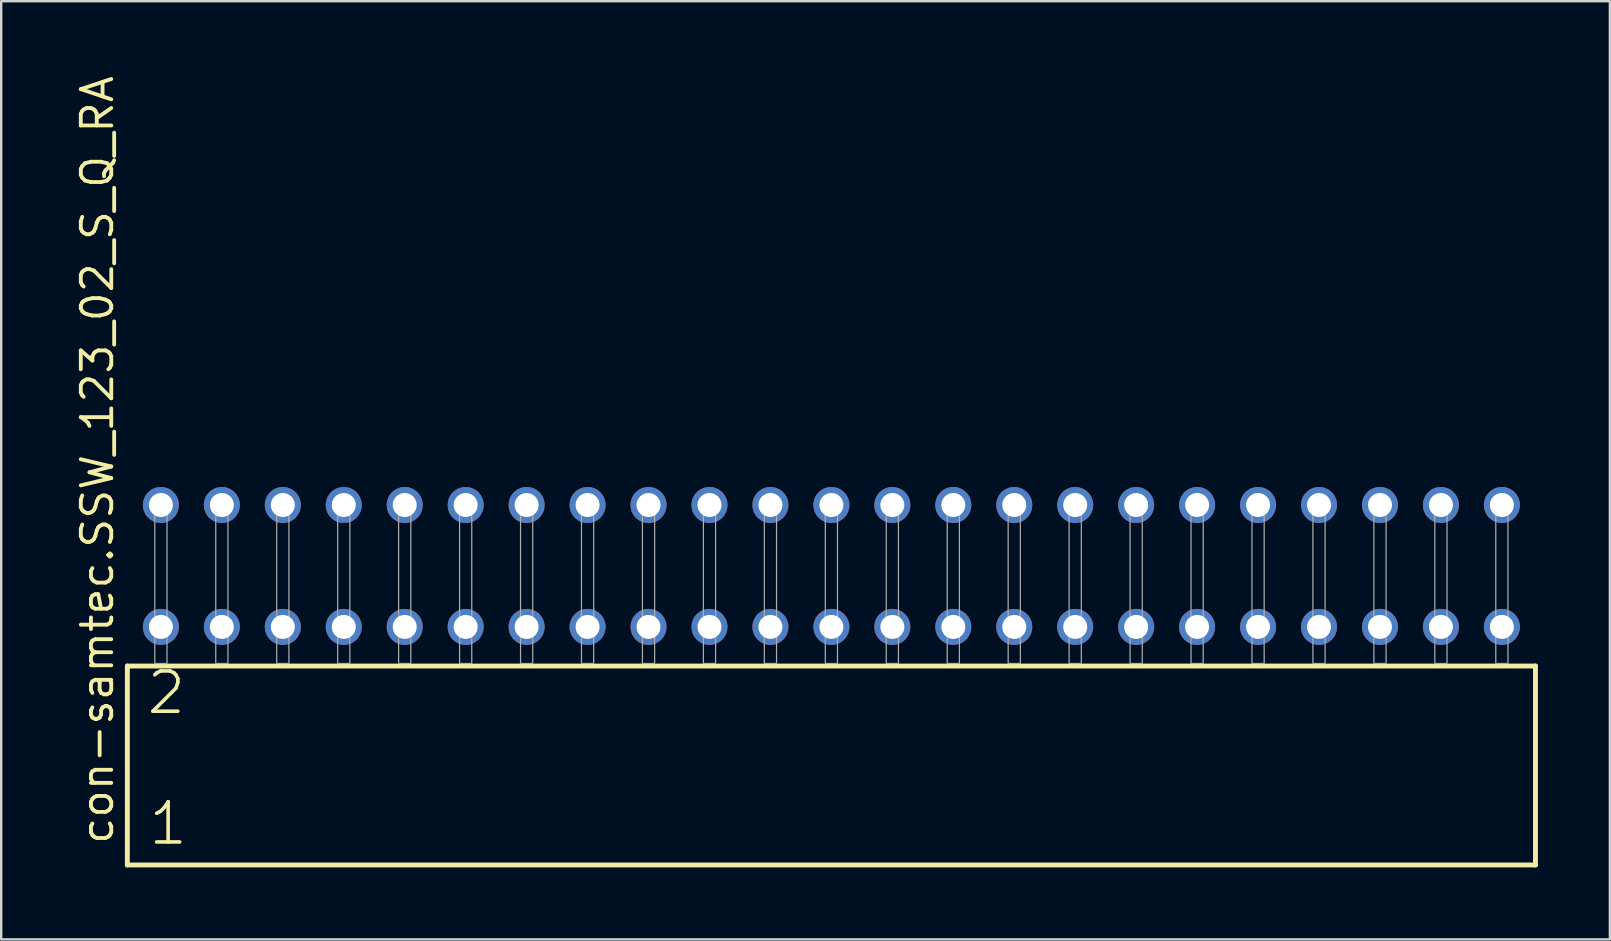
<source format=kicad_pcb>
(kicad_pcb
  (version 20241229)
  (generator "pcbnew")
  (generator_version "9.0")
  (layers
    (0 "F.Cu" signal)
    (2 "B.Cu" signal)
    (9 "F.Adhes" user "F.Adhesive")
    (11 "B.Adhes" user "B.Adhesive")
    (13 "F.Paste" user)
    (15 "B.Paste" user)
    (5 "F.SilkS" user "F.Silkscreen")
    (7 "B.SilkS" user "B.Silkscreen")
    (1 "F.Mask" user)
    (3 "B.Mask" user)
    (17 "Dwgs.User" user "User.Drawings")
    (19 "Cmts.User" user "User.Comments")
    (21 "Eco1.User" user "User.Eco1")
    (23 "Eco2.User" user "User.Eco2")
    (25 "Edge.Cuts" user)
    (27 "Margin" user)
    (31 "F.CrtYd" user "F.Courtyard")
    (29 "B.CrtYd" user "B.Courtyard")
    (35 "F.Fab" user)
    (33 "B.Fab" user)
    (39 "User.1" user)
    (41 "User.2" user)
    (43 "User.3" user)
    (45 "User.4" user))
  (footprint "con-samtec.SSW_123_02_S_Q_RA"
    (layer "F.Cu")
    (at 31.595 24.598)
    (property "Reference" "con-samtec.SSW_123_02_S_Q_RA" (at -29.845 7.62 90) (layer "F.SilkS") (effects (font (size 1.27 1.27) (thickness 0.16)) (justify left bottom)))
    (attr through_hole)
    (fp_line (start -29.339 0.106) (end -29.339 8.396) (stroke (width 0.203) (type default)) (layer "F.SilkS"))
    (fp_line (start -29.339 8.396) (end 29.339 8.396) (stroke (width 0.203) (type default)) (layer "F.SilkS"))
    (fp_line (start 29.339 0.106) (end -29.339 0.106) (stroke (width 0.203) (type default)) (layer "F.SilkS"))
    (fp_line (start 29.339 8.396) (end 29.339 0.106) (stroke (width 0.203) (type default)) (layer "F.SilkS"))
    (fp_rect (start -28.194 0) (end -27.686 -6.858) (stroke (width 0.05) (type default)) (fill no) (layer "F.Fab"))
    (fp_rect (start -25.654 0) (end -25.146 -6.858) (stroke (width 0.05) (type default)) (fill no) (layer "F.Fab"))
    (fp_rect (start -23.114 0) (end -22.606 -6.858) (stroke (width 0.05) (type default)) (fill no) (layer "F.Fab"))
    (fp_rect (start -20.574 0) (end -20.066 -6.858) (stroke (width 0.05) (type default)) (fill no) (layer "F.Fab"))
    (fp_rect (start -18.034 0) (end -17.526 -6.858) (stroke (width 0.05) (type default)) (fill no) (layer "F.Fab"))
    (fp_rect (start -15.494 0) (end -14.986 -6.858) (stroke (width 0.05) (type default)) (fill no) (layer "F.Fab"))
    (fp_rect (start -12.954 0) (end -12.446 -6.858) (stroke (width 0.05) (type default)) (fill no) (layer "F.Fab"))
    (fp_rect (start -10.414 0) (end -9.906 -6.858) (stroke (width 0.05) (type default)) (fill no) (layer "F.Fab"))
    (fp_rect (start -7.874 0) (end -7.366 -6.858) (stroke (width 0.05) (type default)) (fill no) (layer "F.Fab"))
    (fp_rect (start -5.334 0) (end -4.826 -6.858) (stroke (width 0.05) (type default)) (fill no) (layer "F.Fab"))
    (fp_rect (start -2.794 0) (end -2.286 -6.858) (stroke (width 0.05) (type default)) (fill no) (layer "F.Fab"))
    (fp_rect (start -0.254 0) (end 0.254 -6.858) (stroke (width 0.05) (type default)) (fill no) (layer "F.Fab"))
    (fp_rect (start 2.286 0) (end 2.794 -6.858) (stroke (width 0.05) (type default)) (fill no) (layer "F.Fab"))
    (fp_rect (start 4.826 0) (end 5.334 -6.858) (stroke (width 0.05) (type default)) (fill no) (layer "F.Fab"))
    (fp_rect (start 7.366 0) (end 7.874 -6.858) (stroke (width 0.05) (type default)) (fill no) (layer "F.Fab"))
    (fp_rect (start 9.906 0) (end 10.414 -6.858) (stroke (width 0.05) (type default)) (fill no) (layer "F.Fab"))
    (fp_rect (start 12.446 0) (end 12.954 -6.858) (stroke (width 0.05) (type default)) (fill no) (layer "F.Fab"))
    (fp_rect (start 14.986 0) (end 15.494 -6.858) (stroke (width 0.05) (type default)) (fill no) (layer "F.Fab"))
    (fp_rect (start 17.526 0) (end 18.034 -6.858) (stroke (width 0.05) (type default)) (fill no) (layer "F.Fab"))
    (fp_rect (start 20.066 0) (end 20.574 -6.858) (stroke (width 0.05) (type default)) (fill no) (layer "F.Fab"))
    (fp_rect (start 22.606 0) (end 23.114 -6.858) (stroke (width 0.05) (type default)) (fill no) (layer "F.Fab"))
    (fp_rect (start 25.146 0) (end 25.654 -6.858) (stroke (width 0.05) (type default)) (fill no) (layer "F.Fab"))
    (fp_rect (start 27.686 0) (end 28.194 -6.858) (stroke (width 0.05) (type default)) (fill no) (layer "F.Fab"))
    (fp_text user "1" (at -28.535 7.65 0) (layer "F.SilkS") (effects (font (size 1.676 1.676) (thickness 0.15)) (justify left bottom)))
    (fp_text user "2" (at -28.61 2.2 0) (layer "F.SilkS") (effects (font (size 1.676 1.676) (thickness 0.15)) (justify left bottom)))
    (pad "1" thru_hole circle (at -27.94 -1.524) (size 1.5 1.5) (drill 1) (layers "*.Cu" "*.Mask"))
    (pad "2" thru_hole circle (at -27.94 -6.604) (size 1.5 1.5) (drill 1) (layers "*.Cu" "*.Mask"))
    (pad "3" thru_hole circle (at -25.4 -1.524) (size 1.5 1.5) (drill 1) (layers "*.Cu" "*.Mask"))
    (pad "4" thru_hole circle (at -25.4 -6.604) (size 1.5 1.5) (drill 1) (layers "*.Cu" "*.Mask"))
    (pad "5" thru_hole circle (at -22.86 -1.524) (size 1.5 1.5) (drill 1) (layers "*.Cu" "*.Mask"))
    (pad "6" thru_hole circle (at -22.86 -6.604) (size 1.5 1.5) (drill 1) (layers "*.Cu" "*.Mask"))
    (pad "7" thru_hole circle (at -20.32 -1.524) (size 1.5 1.5) (drill 1) (layers "*.Cu" "*.Mask"))
    (pad "8" thru_hole circle (at -20.32 -6.604) (size 1.5 1.5) (drill 1) (layers "*.Cu" "*.Mask"))
    (pad "9" thru_hole circle (at -17.78 -1.524) (size 1.5 1.5) (drill 1) (layers "*.Cu" "*.Mask"))
    (pad "10" thru_hole circle (at -17.78 -6.604) (size 1.5 1.5) (drill 1) (layers "*.Cu" "*.Mask"))
    (pad "11" thru_hole circle (at -15.24 -1.524) (size 1.5 1.5) (drill 1) (layers "*.Cu" "*.Mask"))
    (pad "12" thru_hole circle (at -15.24 -6.604) (size 1.5 1.5) (drill 1) (layers "*.Cu" "*.Mask"))
    (pad "13" thru_hole circle (at -12.7 -1.524) (size 1.5 1.5) (drill 1) (layers "*.Cu" "*.Mask"))
    (pad "14" thru_hole circle (at -12.7 -6.604) (size 1.5 1.5) (drill 1) (layers "*.Cu" "*.Mask"))
    (pad "15" thru_hole circle (at -10.16 -1.524) (size 1.5 1.5) (drill 1) (layers "*.Cu" "*.Mask"))
    (pad "16" thru_hole circle (at -10.16 -6.604) (size 1.5 1.5) (drill 1) (layers "*.Cu" "*.Mask"))
    (pad "17" thru_hole circle (at -7.62 -1.524) (size 1.5 1.5) (drill 1) (layers "*.Cu" "*.Mask"))
    (pad "18" thru_hole circle (at -7.62 -6.604) (size 1.5 1.5) (drill 1) (layers "*.Cu" "*.Mask"))
    (pad "19" thru_hole circle (at -5.08 -1.524) (size 1.5 1.5) (drill 1) (layers "*.Cu" "*.Mask"))
    (pad "20" thru_hole circle (at -5.08 -6.604) (size 1.5 1.5) (drill 1) (layers "*.Cu" "*.Mask"))
    (pad "21" thru_hole circle (at -2.54 -1.524) (size 1.5 1.5) (drill 1) (layers "*.Cu" "*.Mask"))
    (pad "22" thru_hole circle (at -2.54 -6.604) (size 1.5 1.5) (drill 1) (layers "*.Cu" "*.Mask"))
    (pad "23" thru_hole circle (at 0 -1.524) (size 1.5 1.5) (drill 1) (layers "*.Cu" "*.Mask"))
    (pad "24" thru_hole circle (at 0 -6.604) (size 1.5 1.5) (drill 1) (layers "*.Cu" "*.Mask"))
    (pad "25" thru_hole circle (at 2.54 -1.524) (size 1.5 1.5) (drill 1) (layers "*.Cu" "*.Mask"))
    (pad "26" thru_hole circle (at 2.54 -6.604) (size 1.5 1.5) (drill 1) (layers "*.Cu" "*.Mask"))
    (pad "27" thru_hole circle (at 5.08 -1.524) (size 1.5 1.5) (drill 1) (layers "*.Cu" "*.Mask"))
    (pad "28" thru_hole circle (at 5.08 -6.604) (size 1.5 1.5) (drill 1) (layers "*.Cu" "*.Mask"))
    (pad "29" thru_hole circle (at 7.62 -1.524) (size 1.5 1.5) (drill 1) (layers "*.Cu" "*.Mask"))
    (pad "30" thru_hole circle (at 7.62 -6.604) (size 1.5 1.5) (drill 1) (layers "*.Cu" "*.Mask"))
    (pad "31" thru_hole circle (at 10.16 -1.524) (size 1.5 1.5) (drill 1) (layers "*.Cu" "*.Mask"))
    (pad "32" thru_hole circle (at 10.16 -6.604) (size 1.5 1.5) (drill 1) (layers "*.Cu" "*.Mask"))
    (pad "33" thru_hole circle (at 12.7 -1.524) (size 1.5 1.5) (drill 1) (layers "*.Cu" "*.Mask"))
    (pad "34" thru_hole circle (at 12.7 -6.604) (size 1.5 1.5) (drill 1) (layers "*.Cu" "*.Mask"))
    (pad "35" thru_hole circle (at 15.24 -1.524) (size 1.5 1.5) (drill 1) (layers "*.Cu" "*.Mask"))
    (pad "36" thru_hole circle (at 15.24 -6.604) (size 1.5 1.5) (drill 1) (layers "*.Cu" "*.Mask"))
    (pad "37" thru_hole circle (at 17.78 -1.524) (size 1.5 1.5) (drill 1) (layers "*.Cu" "*.Mask"))
    (pad "38" thru_hole circle (at 17.78 -6.604) (size 1.5 1.5) (drill 1) (layers "*.Cu" "*.Mask"))
    (pad "39" thru_hole circle (at 20.32 -1.524) (size 1.5 1.5) (drill 1) (layers "*.Cu" "*.Mask"))
    (pad "40" thru_hole circle (at 20.32 -6.604) (size 1.5 1.5) (drill 1) (layers "*.Cu" "*.Mask"))
    (pad "41" thru_hole circle (at 22.86 -1.524) (size 1.5 1.5) (drill 1) (layers "*.Cu" "*.Mask"))
    (pad "42" thru_hole circle (at 22.86 -6.604) (size 1.5 1.5) (drill 1) (layers "*.Cu" "*.Mask"))
    (pad "43" thru_hole circle (at 25.4 -1.524) (size 1.5 1.5) (drill 1) (layers "*.Cu" "*.Mask"))
    (pad "44" thru_hole circle (at 25.4 -6.604) (size 1.5 1.5) (drill 1) (layers "*.Cu" "*.Mask"))
    (pad "45" thru_hole circle (at 27.94 -1.524) (size 1.5 1.5) (drill 1) (layers "*.Cu" "*.Mask"))
    (pad "46" thru_hole circle (at 27.94 -6.604) (size 1.5 1.5) (drill 1) (layers "*.Cu" "*.Mask")))
  (gr_rect
    (start -3 -3)
    (end 64.036 36.096)
    (stroke (width 0.1) (type default))
    (fill no)
    (layer "Edge.Cuts")))
</source>
